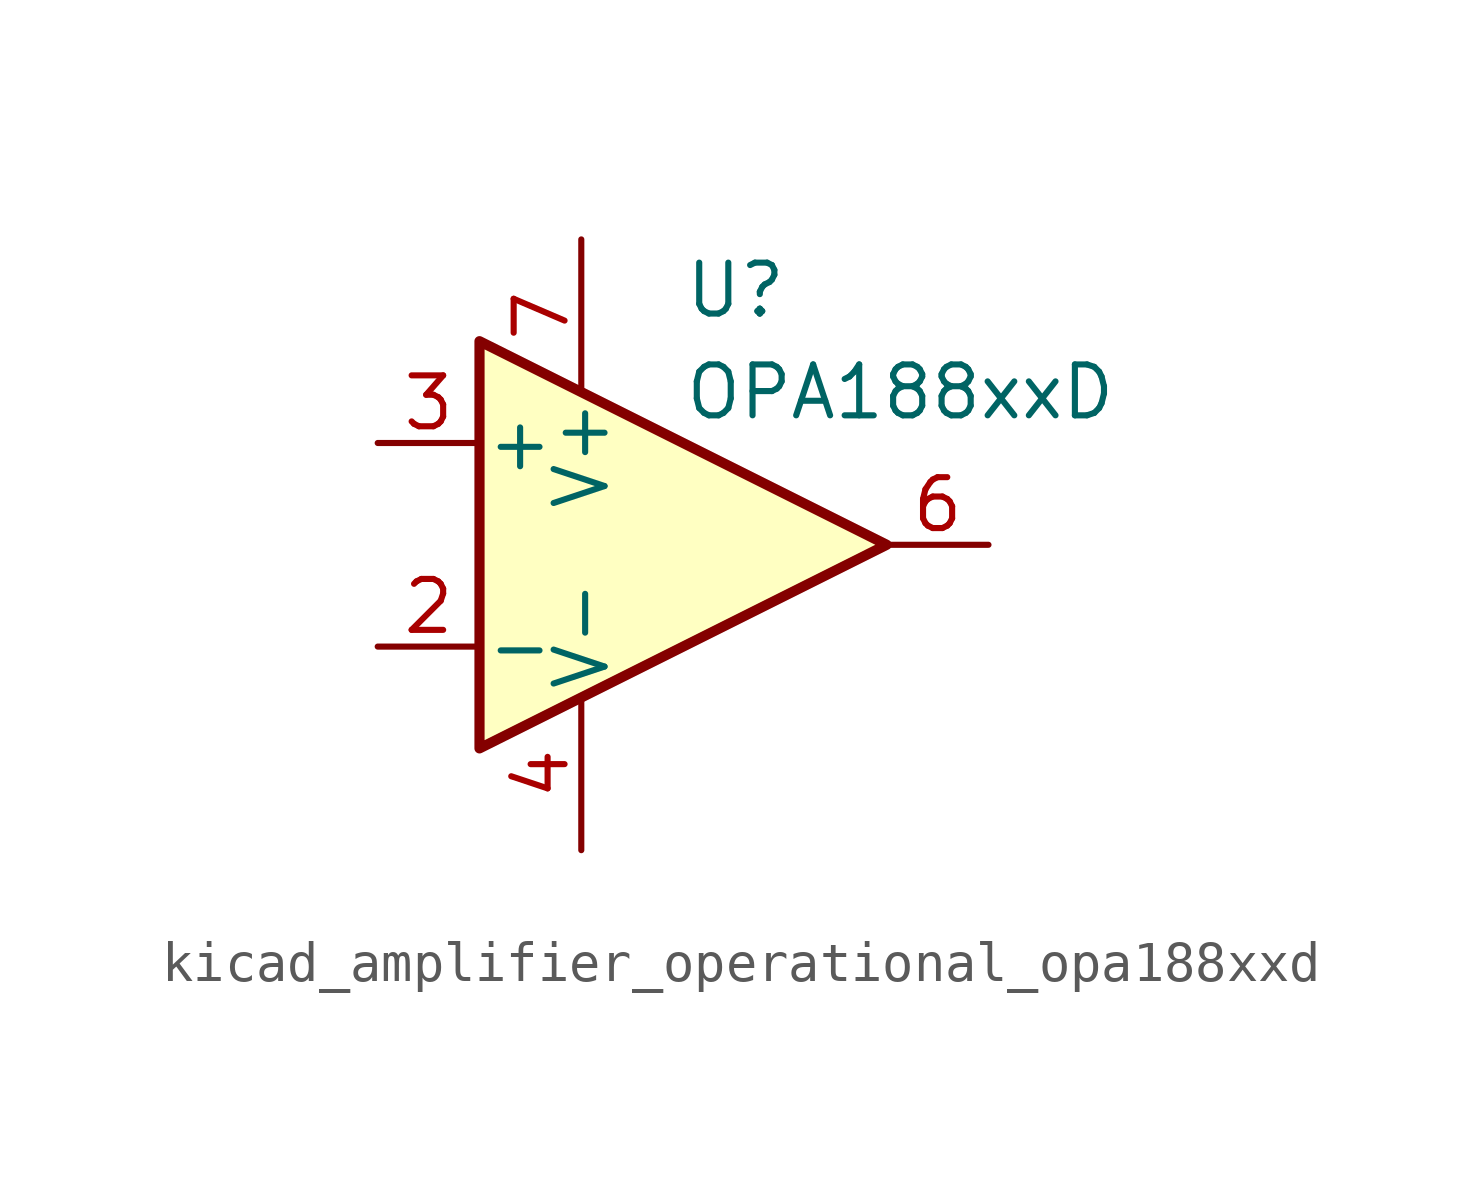
<source format=kicad_sym>
(kicad_symbol_lib
  (version 20220914)
  (generator kicad_symbol_editor)
  (symbol "kicad_amplifier_operational_opa188xxd"
    (pin_names
      (offset 0.127))
    (property "Reference" "U"
      (at 0 6.35 0)
      (effects (font (size 1.27 1.27)) (justify left)))
    (property "Value" "OPA188xxD"
      (at 0 3.81 0)
      (effects (font (size 1.27 1.27)) (justify left)))
    (symbol "kicad_amplifier_operational_opa188xxd_0_1"
      (polyline (pts (xy -5.08 5.08) (xy 5.08 0) (xy -5.08 -5.08) (xy -5.08 5.08)) (stroke (width 0.254) (type default)) (fill (type background))))
    (symbol "kicad_amplifier_operational_opa188xxd_1_1"
      (pin no_connect line (at -2.54 2.54 270) (length 2.54) hide (name "NC" (effects (font (size 1.27 1.27)))) (number "1" (effects (font (size 1.27 1.27)))))
      (pin input line (at -7.62 -2.54 0) (length 2.54) (name "-" (effects (font (size 1.27 1.27)))) (number "2" (effects (font (size 1.27 1.27)))))
      (pin input line (at -7.62 2.54 0) (length 2.54) (name "+" (effects (font (size 1.27 1.27)))) (number "3" (effects (font (size 1.27 1.27)))))
      (pin power_in line (at -2.54 -7.62 90) (length 3.81) (name "V-" (effects (font (size 1.27 1.27)))) (number "4" (effects (font (size 1.27 1.27)))))
      (pin no_connect line (at 0 2.54 270) (length 2.54) hide (name "NC" (effects (font (size 1.27 1.27)))) (number "5" (effects (font (size 1.27 1.27)))))
      (pin output line (at 7.62 0 180) (length 2.54) (name "~" (effects (font (size 1.27 1.27)))) (number "6" (effects (font (size 1.27 1.27)))))
      (pin power_in line (at -2.54 7.62 270) (length 3.81) (name "V+" (effects (font (size 1.27 1.27)))) (number "7" (effects (font (size 1.27 1.27)))))
      (pin no_connect line (at 0 -2.54 90) (length 2.54) hide (name "NC" (effects (font (size 1.27 1.27)))) (number "8" (effects (font (size 1.27 1.27))))))))
</source>
